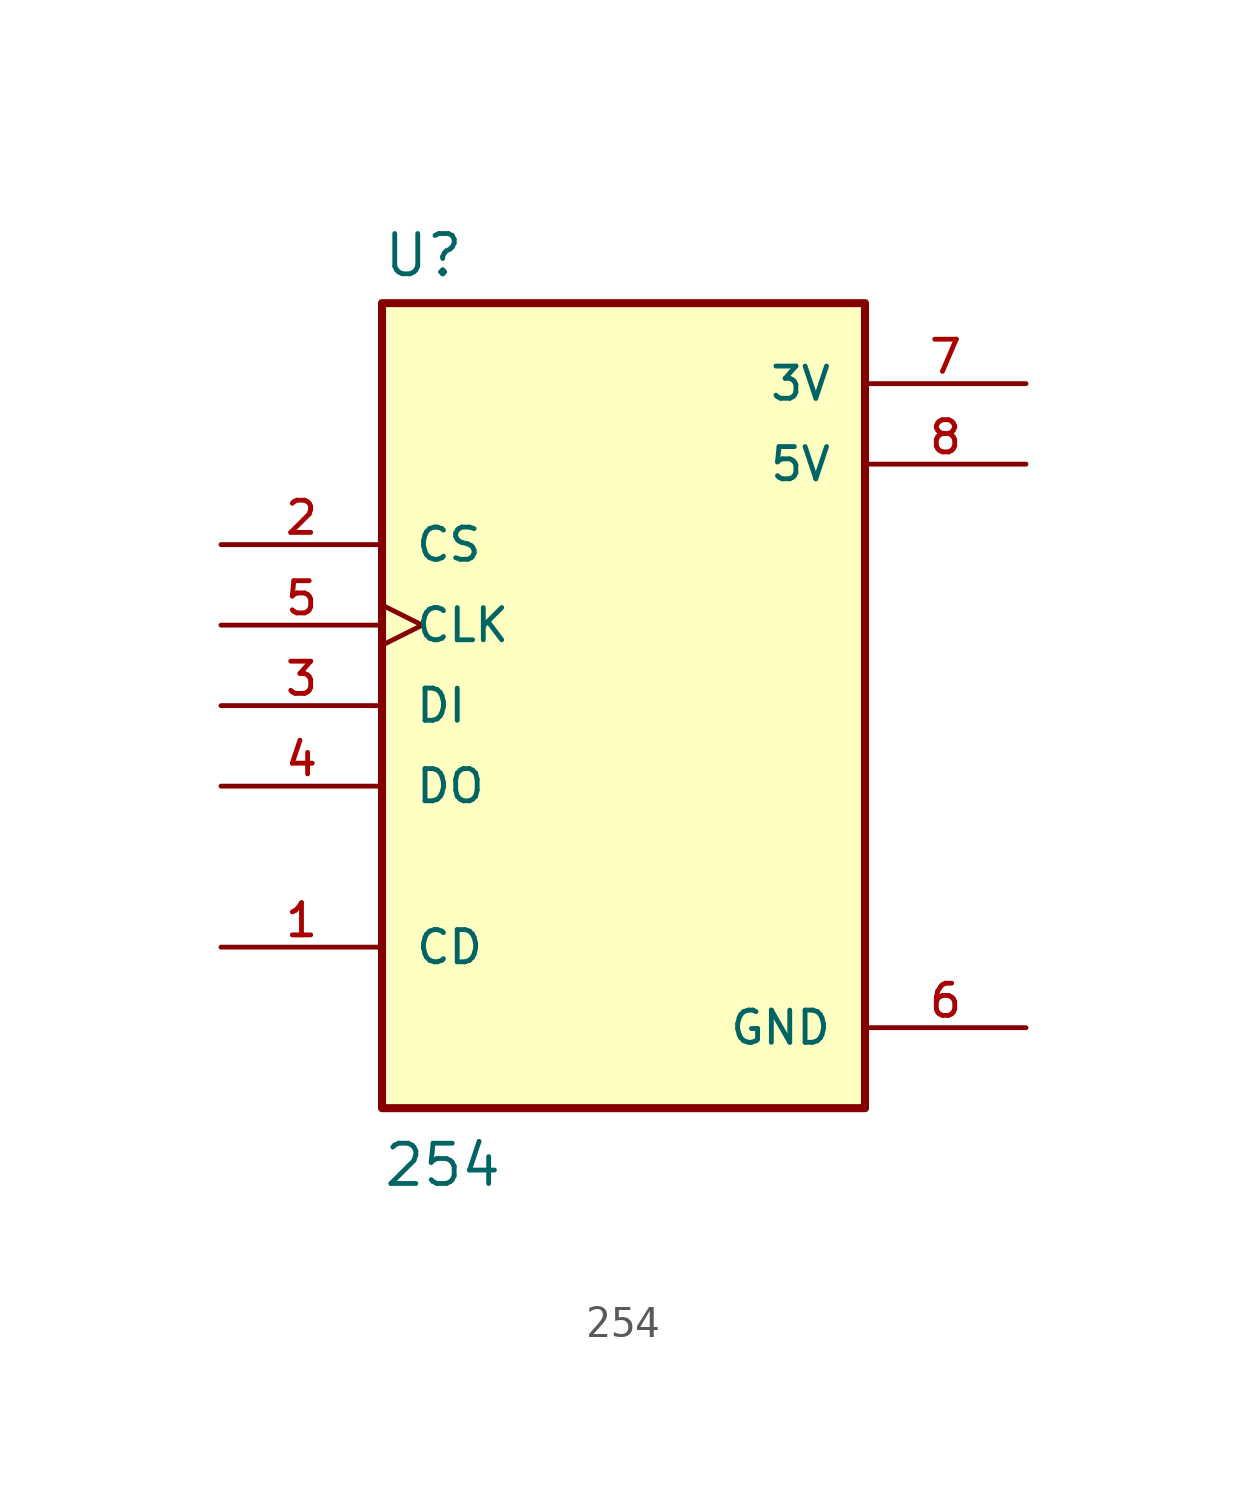
<source format=kicad_sym>
(kicad_symbol_lib
  (version 20231120)
  (generator "kicad_symbol_editor")
  (generator_version "8.0")
  (symbol "254"
    (pin_names
      (offset 1.016))
    (property "Reference" "U"
      (at -7.62 13.462 0)
      (effects (font (size 1.27 1.27)) (justify left bottom)))
    (property "Value" "254"
      (at -7.62 -15.24 0)
      (effects (font (size 1.27 1.27)) (justify left bottom)))
    (symbol "254_0_0"
      (rectangle (start -7.62 -12.7) (end 7.62 12.7) (stroke (width 0.254) (type default)) (fill (type background)))
      (pin bidirectional line (at -12.7 -7.62 0) (length 5.08) (name "CD" (effects (font (size 1.016 1.016)))) (number "1" (effects (font (size 1.016 1.016)))))
      (pin input line (at -12.7 5.08 0) (length 5.08) (name "CS" (effects (font (size 1.016 1.016)))) (number "2" (effects (font (size 1.016 1.016)))))
      (pin input line (at -12.7 0 0) (length 5.08) (name "DI" (effects (font (size 1.016 1.016)))) (number "3" (effects (font (size 1.016 1.016)))))
      (pin output line (at -12.7 -2.54 0) (length 5.08) (name "DO" (effects (font (size 1.016 1.016)))) (number "4" (effects (font (size 1.016 1.016)))))
      (pin input clock (at -12.7 2.54 0) (length 5.08) (name "CLK" (effects (font (size 1.016 1.016)))) (number "5" (effects (font (size 1.016 1.016)))))
      (pin power_in line (at 12.7 -10.16 180) (length 5.08) (name "GND" (effects (font (size 1.016 1.016)))) (number "6" (effects (font (size 1.016 1.016)))))
      (pin power_in line (at 12.7 10.16 180) (length 5.08) (name "3V" (effects (font (size 1.016 1.016)))) (number "7" (effects (font (size 1.016 1.016)))))
      (pin power_in line (at 12.7 7.62 180) (length 5.08) (name "5V" (effects (font (size 1.016 1.016)))) (number "8" (effects (font (size 1.016 1.016))))))))
</source>
